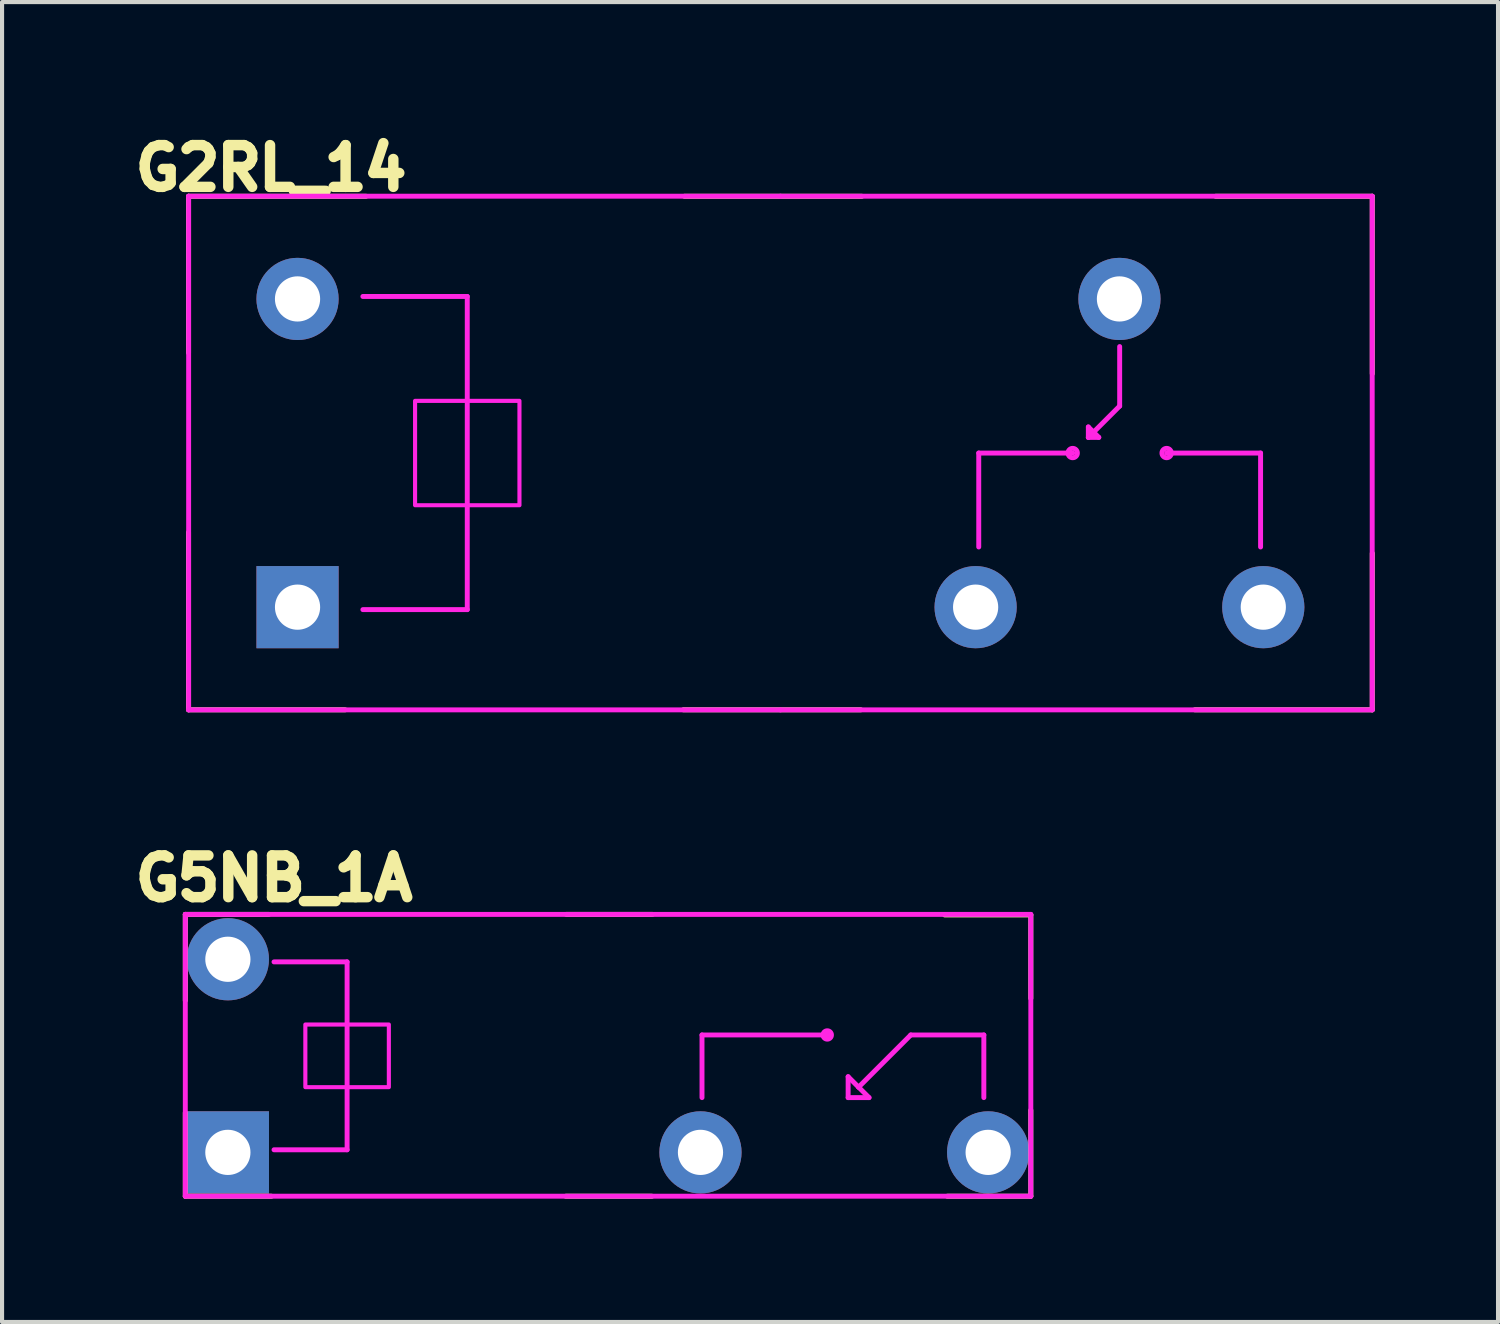
<source format=kicad_pcb>
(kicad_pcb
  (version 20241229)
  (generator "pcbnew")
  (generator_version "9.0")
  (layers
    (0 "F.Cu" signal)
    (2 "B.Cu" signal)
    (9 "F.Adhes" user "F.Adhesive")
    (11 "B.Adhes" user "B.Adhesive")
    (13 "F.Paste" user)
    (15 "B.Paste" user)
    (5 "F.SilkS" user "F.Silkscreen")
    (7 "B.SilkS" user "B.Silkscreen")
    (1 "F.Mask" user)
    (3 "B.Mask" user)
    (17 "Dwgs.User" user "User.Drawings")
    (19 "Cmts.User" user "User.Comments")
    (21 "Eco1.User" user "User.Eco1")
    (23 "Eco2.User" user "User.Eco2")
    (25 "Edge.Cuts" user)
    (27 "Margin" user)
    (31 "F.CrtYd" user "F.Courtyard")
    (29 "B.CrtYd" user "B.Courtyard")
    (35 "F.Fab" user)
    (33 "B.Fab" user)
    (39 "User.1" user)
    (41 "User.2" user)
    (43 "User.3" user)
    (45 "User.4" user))
  (footprint "G2RL_14"
    (layer "F.Cu")
    (at 15.94 7.974)
    (property "Reference" "G2RL_14" (at -12.395 -6.934 180) (layer "F.SilkS") (effects (font (size 1.016 1.016) (thickness 0.254))))
    (attr through_hole)
    (fp_line (start -14.402 -6.248) (end -14.402 -2.438) (stroke (width 0.12) (type solid)) (layer "F.SilkS"))
    (fp_line (start -14.402 -6.248) (end -10.084 -6.248) (stroke (width 0.12) (type solid)) (layer "F.SilkS"))
    (fp_line (start -14.402 6.248) (end -14.402 1.93) (stroke (width 0.12) (type solid)) (layer "F.SilkS"))
    (fp_line (start -14.402 6.248) (end -10.592 6.248) (stroke (width 0.12) (type solid)) (layer "F.SilkS"))
    (fp_line (start 1.956 6.248) (end -2.362 6.248) (stroke (width 0.12) (type solid)) (layer "F.SilkS"))
    (fp_line (start 1.981 -6.248) (end -2.337 -6.248) (stroke (width 0.12) (type solid)) (layer "F.SilkS"))
    (fp_line (start 14.402 -6.248) (end 10.592 -6.248) (stroke (width 0.12) (type solid)) (layer "F.SilkS"))
    (fp_line (start 14.402 -6.248) (end 14.402 -1.93) (stroke (width 0.12) (type solid)) (layer "F.SilkS"))
    (fp_line (start 14.402 6.248) (end 10.084 6.248) (stroke (width 0.12) (type solid)) (layer "F.SilkS"))
    (fp_line (start 14.402 6.248) (end 14.402 2.438) (stroke (width 0.12) (type solid)) (layer "F.SilkS"))
    (fp_line (start -14.4 -6.25) (end -14.4 6.25) (stroke (width 0.12) (type solid)) (layer "F.CrtYd"))
    (fp_line (start -14.4 6.25) (end 0 6.25) (stroke (width 0.12) (type solid)) (layer "F.CrtYd"))
    (fp_line (start -10.16 -3.81) (end -7.62 -3.81) (stroke (width 0.12) (type solid)) (layer "F.CrtYd"))
    (fp_line (start -7.62 -3.81) (end -7.62 3.81) (stroke (width 0.12) (type solid)) (layer "F.CrtYd"))
    (fp_line (start -7.62 3.81) (end -10.16 3.81) (stroke (width 0.12) (type solid)) (layer "F.CrtYd"))
    (fp_line (start 0 -6.25) (end -14.4 -6.25) (stroke (width 0.12) (type solid)) (layer "F.CrtYd"))
    (fp_line (start 0 6.25) (end 14.4 6.25) (stroke (width 0.12) (type solid)) (layer "F.CrtYd"))
    (fp_line (start 4.826 0) (end 7.112 0) (stroke (width 0.12) (type solid)) (layer "F.CrtYd"))
    (fp_line (start 4.826 2.286) (end 4.826 0) (stroke (width 0.12) (type solid)) (layer "F.CrtYd"))
    (fp_line (start 7.493 -0.635) (end 7.747 -0.381) (stroke (width 0.12) (type solid)) (layer "F.CrtYd"))
    (fp_line (start 7.493 -0.381) (end 7.493 -0.635) (stroke (width 0.12) (type solid)) (layer "F.CrtYd"))
    (fp_line (start 7.747 -0.381) (end 7.493 -0.381) (stroke (width 0.12) (type solid)) (layer "F.CrtYd"))
    (fp_line (start 8.255 -2.591) (end 8.255 -1.143) (stroke (width 0.12) (type solid)) (layer "F.CrtYd"))
    (fp_line (start 8.255 -1.143) (end 7.493 -0.381) (stroke (width 0.12) (type solid)) (layer "F.CrtYd"))
    (fp_line (start 11.684 0) (end 9.398 0) (stroke (width 0.12) (type solid)) (layer "F.CrtYd"))
    (fp_line (start 11.684 2.286) (end 11.684 0) (stroke (width 0.12) (type solid)) (layer "F.CrtYd"))
    (fp_line (start 14.4 -6.25) (end 0 -6.25) (stroke (width 0.12) (type solid)) (layer "F.CrtYd"))
    (fp_line (start 14.4 6.25) (end 14.4 -6.25) (stroke (width 0.12) (type solid)) (layer "F.CrtYd"))
    (fp_circle (center 7.112 0) (end 7.163 0.102) (stroke (width 0.12) (type solid)) (fill no) (layer "F.CrtYd"))
    (fp_circle (center 9.398 0) (end 9.449 0.102) (stroke (width 0.12) (type solid)) (fill no) (layer "F.CrtYd"))
    (fp_poly (pts (xy -6.35 1.27) (xy -8.89 1.27) (xy -8.89 -1.27) (xy -6.35 -1.27)) (stroke (width 0.1) (type solid)) (fill no) (layer "F.CrtYd"))
    (pad "11" thru_hole circle (at 8.25 -3.75 180) (size 2 2) (drill 1.1) (layers "*.Cu" "*.Mask"))
    (pad "12" thru_hole circle (at 4.75 3.75 180) (size 2 2) (drill 1.1) (layers "*.Cu" "*.Mask"))
    (pad "14" thru_hole circle (at 11.75 3.75 180) (size 2 2) (drill 1.1) (layers "*.Cu" "*.Mask"))
    (pad "A1" thru_hole rect (at -11.75 3.75 180) (size 2 2) (drill 1.1) (layers "*.Cu" "*.Mask"))
    (pad "A2" thru_hole circle (at -11.75 -3.75 180) (size 2 2) (drill 1.1) (layers "*.Cu" "*.Mask")))
  (footprint "G5NB_1A"
    (layer "F.Cu")
    (at 11.746 22.642)
    (property "Reference" "G5NB_1A" (at -8.128 -4.318 180) (layer "F.SilkS") (effects (font (size 1.016 1.016) (thickness 0.254))))
    (attr through_hole)
    (fp_line (start -10.287 -3.442) (end -10.287 -1.346) (stroke (width 0.12) (type solid)) (layer "F.SilkS"))
    (fp_line (start -10.287 1.384) (end -10.287 3.416) (stroke (width 0.12) (type solid)) (layer "F.SilkS"))
    (fp_line (start -10.287 3.416) (end -8.191 3.416) (stroke (width 0.12) (type solid)) (layer "F.SilkS"))
    (fp_line (start -8.255 -3.442) (end -10.287 -3.442) (stroke (width 0.12) (type solid)) (layer "F.SilkS"))
    (fp_line (start 1.067 3.416) (end -1.029 3.416) (stroke (width 0.12) (type solid)) (layer "F.SilkS"))
    (fp_line (start 1.079 -3.442) (end -1.016 -3.442) (stroke (width 0.12) (type solid)) (layer "F.SilkS"))
    (fp_line (start 8.255 3.416) (end 10.287 3.416) (stroke (width 0.12) (type solid)) (layer "F.SilkS"))
    (fp_line (start 10.287 -3.429) (end 8.191 -3.429) (stroke (width 0.12) (type solid)) (layer "F.SilkS"))
    (fp_line (start 10.287 -1.397) (end 10.287 -3.429) (stroke (width 0.12) (type solid)) (layer "F.SilkS"))
    (fp_line (start 10.287 3.416) (end 10.287 1.321) (stroke (width 0.12) (type solid)) (layer "F.SilkS"))
    (fp_line (start -10.287 -3.442) (end 10.287 -3.442) (stroke (width 0.12) (type solid)) (layer "F.CrtYd"))
    (fp_line (start -10.287 3.416) (end -10.287 -3.442) (stroke (width 0.12) (type solid)) (layer "F.CrtYd"))
    (fp_line (start -8.128 -2.286) (end -6.35 -2.286) (stroke (width 0.12) (type solid)) (layer "F.CrtYd"))
    (fp_line (start -6.35 -2.286) (end -6.35 2.286) (stroke (width 0.12) (type solid)) (layer "F.CrtYd"))
    (fp_line (start -6.35 2.286) (end -8.128 2.286) (stroke (width 0.12) (type solid)) (layer "F.CrtYd"))
    (fp_line (start 2.286 -0.508) (end 5.334 -0.508) (stroke (width 0.12) (type solid)) (layer "F.CrtYd"))
    (fp_line (start 2.286 1.016) (end 2.286 -0.508) (stroke (width 0.12) (type solid)) (layer "F.CrtYd"))
    (fp_line (start 5.842 0.508) (end 5.842 1.016) (stroke (width 0.12) (type solid)) (layer "F.CrtYd"))
    (fp_line (start 5.842 1.016) (end 6.35 1.016) (stroke (width 0.12) (type solid)) (layer "F.CrtYd"))
    (fp_line (start 6.096 0.762) (end 5.842 0.508) (stroke (width 0.12) (type solid)) (layer "F.CrtYd"))
    (fp_line (start 6.35 1.016) (end 6.096 0.762) (stroke (width 0.12) (type solid)) (layer "F.CrtYd"))
    (fp_line (start 7.366 -0.508) (end 6.096 0.762) (stroke (width 0.12) (type solid)) (layer "F.CrtYd"))
    (fp_line (start 9.144 -0.508) (end 7.366 -0.508) (stroke (width 0.12) (type solid)) (layer "F.CrtYd"))
    (fp_line (start 9.144 1.016) (end 9.144 -0.508) (stroke (width 0.12) (type solid)) (layer "F.CrtYd"))
    (fp_line (start 10.287 -3.442) (end 10.287 3.416) (stroke (width 0.12) (type solid)) (layer "F.CrtYd"))
    (fp_line (start 10.287 3.416) (end -10.287 3.416) (stroke (width 0.12) (type solid)) (layer "F.CrtYd"))
    (fp_circle (center 5.334 -0.508) (end 5.232 -0.508) (stroke (width 0.12) (type solid)) (fill no) (layer "F.CrtYd"))
    (fp_poly (pts (xy -5.334 0.762) (xy -7.366 0.762) (xy -7.366 -0.762) (xy -5.334 -0.762)) (stroke (width 0.1) (type solid)) (fill no) (layer "F.CrtYd"))
    (pad "1" thru_hole rect (at -9.251 2.349 180) (size 2 2) (drill 1.1) (layers "*.Cu" "*.Mask"))
    (pad "5" thru_hole circle (at -9.251 -2.35 180) (size 2 2) (drill 1.1) (layers "*.Cu" "*.Mask"))
    (pad "11" thru_hole circle (at 9.249 2.349 180) (size 2 2) (drill 1.1) (layers "*.Cu" "*.Mask"))
    (pad "14" thru_hole circle (at 2.249 2.349 180) (size 2 2) (drill 1.1) (layers "*.Cu" "*.Mask")))
  (gr_rect
    (start -3 -3)
    (end 33.402 29.119)
    (stroke (width 0.1) (type default))
    (fill no)
    (layer "Edge.Cuts")))
</source>
